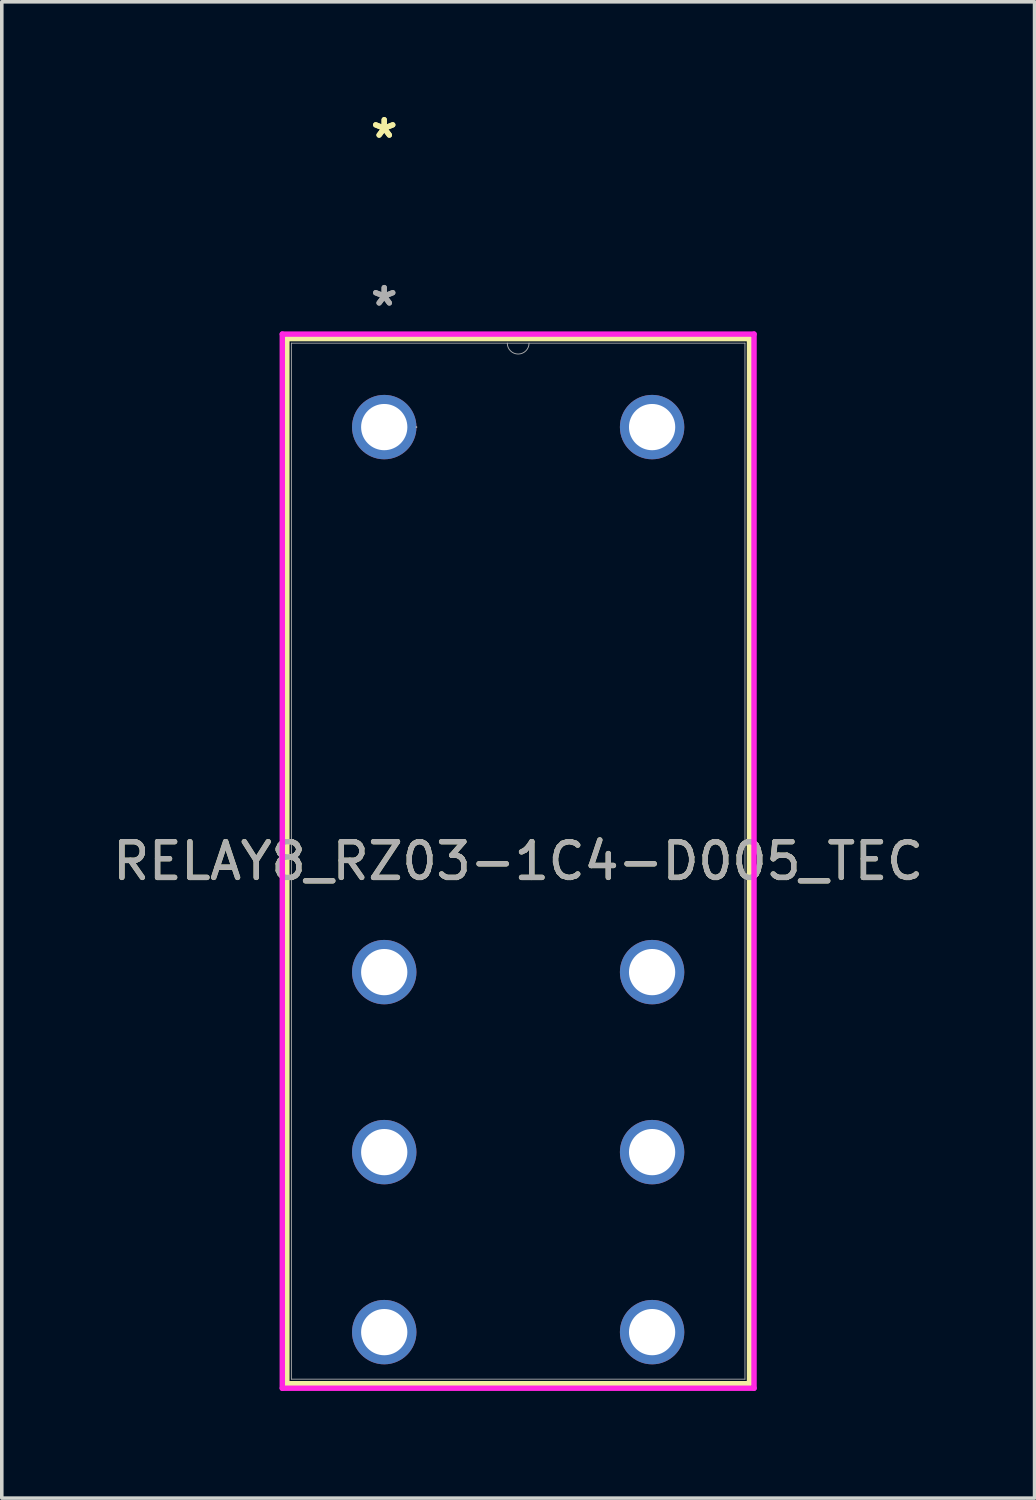
<source format=kicad_pcb>
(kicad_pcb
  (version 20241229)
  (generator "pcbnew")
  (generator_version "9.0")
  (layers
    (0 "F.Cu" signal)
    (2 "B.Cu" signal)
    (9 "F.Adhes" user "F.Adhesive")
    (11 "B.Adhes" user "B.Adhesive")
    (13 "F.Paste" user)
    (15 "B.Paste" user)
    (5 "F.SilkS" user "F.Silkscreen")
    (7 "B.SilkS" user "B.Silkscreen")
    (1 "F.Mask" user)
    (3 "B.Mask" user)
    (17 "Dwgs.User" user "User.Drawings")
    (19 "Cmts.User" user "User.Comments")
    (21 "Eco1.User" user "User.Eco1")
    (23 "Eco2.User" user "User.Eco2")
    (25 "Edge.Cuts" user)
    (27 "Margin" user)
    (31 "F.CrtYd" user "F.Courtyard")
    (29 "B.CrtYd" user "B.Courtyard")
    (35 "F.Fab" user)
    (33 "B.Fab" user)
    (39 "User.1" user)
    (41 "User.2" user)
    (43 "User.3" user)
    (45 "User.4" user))
  (footprint "RELAY8_RZ03-1C4-D005_TEC"
    (layer "F.Cu")
    (at 7.708 8.908)
    (property "Reference" "RELAY8_RZ03-1C4-D005_TEC" (at 3.75 12.153 0) (unlocked yes) (layer "F.SilkS") (effects (font (size 1 1) (thickness 0.15))))
    (attr through_hole)
    (fp_line (start -2.727 -2.477) (end -2.727 26.784) (stroke (width 0.152) (type solid)) (layer "F.SilkS"))
    (fp_line (start -2.727 26.784) (end 10.227 26.784) (stroke (width 0.152) (type solid)) (layer "F.SilkS"))
    (fp_line (start 10.227 -2.477) (end -2.727 -2.477) (stroke (width 0.152) (type solid)) (layer "F.SilkS"))
    (fp_line (start 10.227 26.784) (end 10.227 -2.477) (stroke (width 0.152) (type solid)) (layer "F.SilkS"))
    (fp_line (start -2.854 -2.604) (end 10.354 -2.604) (stroke (width 0.152) (type solid)) (layer "F.CrtYd"))
    (fp_line (start -2.854 26.911) (end -2.854 -2.604) (stroke (width 0.152) (type solid)) (layer "F.CrtYd"))
    (fp_line (start 10.354 -2.604) (end 10.354 26.911) (stroke (width 0.152) (type solid)) (layer "F.CrtYd"))
    (fp_line (start 10.354 26.911) (end -2.854 26.911) (stroke (width 0.152) (type solid)) (layer "F.CrtYd"))
    (fp_line (start -2.6 -2.35) (end -2.6 26.657) (stroke (width 0.025) (type solid)) (layer "F.Fab"))
    (fp_line (start -2.6 26.657) (end 10.1 26.657) (stroke (width 0.025) (type solid)) (layer "F.Fab"))
    (fp_line (start 10.1 -2.35) (end -2.6 -2.35) (stroke (width 0.025) (type solid)) (layer "F.Fab"))
    (fp_line (start 10.1 26.657) (end 10.1 -2.35) (stroke (width 0.025) (type solid)) (layer "F.Fab"))
    (fp_arc (start 4.0548 -2.35) (mid 3.75 -2.0452) (end 3.4452 -2.35) (stroke (width 0.0254) (type solid)) (layer "F.Fab"))
    (fp_circle (center 0.902 0) (end 0.902 0) (stroke (width 0.025) (type solid)) (fill no) (layer "F.Fab"))
    (fp_text user "*" (at 0 -8.06 0) (layer "F.SilkS") (effects (font (size 1 1) (thickness 0.15))))
    (fp_text user "*" (at 0 -8.06 0) (unlocked yes) (layer "F.SilkS") (effects (font (size 1 1) (thickness 0.15))))
    (fp_text user "*" (at 0 -3.36 0) (layer "F.Fab") (effects (font (size 1 1) (thickness 0.15))))
    (fp_text user "*" (at 0 -3.36 0) (unlocked yes) (layer "F.Fab") (effects (font (size 1 1) (thickness 0.15))))
    (fp_text user "${REFERENCE}" (at 3.75 12.153 0) (unlocked yes) (layer "F.Fab") (effects (font (size 1 1) (thickness 0.15))))
    (pad "1" thru_hole circle (at 0 0) (size 1.803 1.803) (drill 1.295) (layers "*.Cu" "*.Mask"))
    (pad "2" thru_hole circle (at 0 15.26) (size 1.803 1.803) (drill 1.295) (layers "*.Cu" "*.Mask"))
    (pad "3" thru_hole circle (at 0 20.3) (size 1.803 1.803) (drill 1.295) (layers "*.Cu" "*.Mask"))
    (pad "4" thru_hole circle (at 0 25.34) (size 1.803 1.803) (drill 1.295) (layers "*.Cu" "*.Mask"))
    (pad "5" thru_hole circle (at 7.5 25.34) (size 1.803 1.803) (drill 1.295) (layers "*.Cu" "*.Mask"))
    (pad "6" thru_hole circle (at 7.5 20.3) (size 1.803 1.803) (drill 1.295) (layers "*.Cu" "*.Mask"))
    (pad "7" thru_hole circle (at 7.5 15.26) (size 1.803 1.803) (drill 1.295) (layers "*.Cu" "*.Mask"))
    (pad "8" thru_hole circle (at 7.5 0) (size 1.803 1.803) (drill 1.295) (layers "*.Cu" "*.Mask")))
  (gr_rect
    (start -3 -3)
    (end 25.917 38.895)
    (stroke (width 0.1) (type default))
    (fill no)
    (layer "Edge.Cuts")))
</source>
